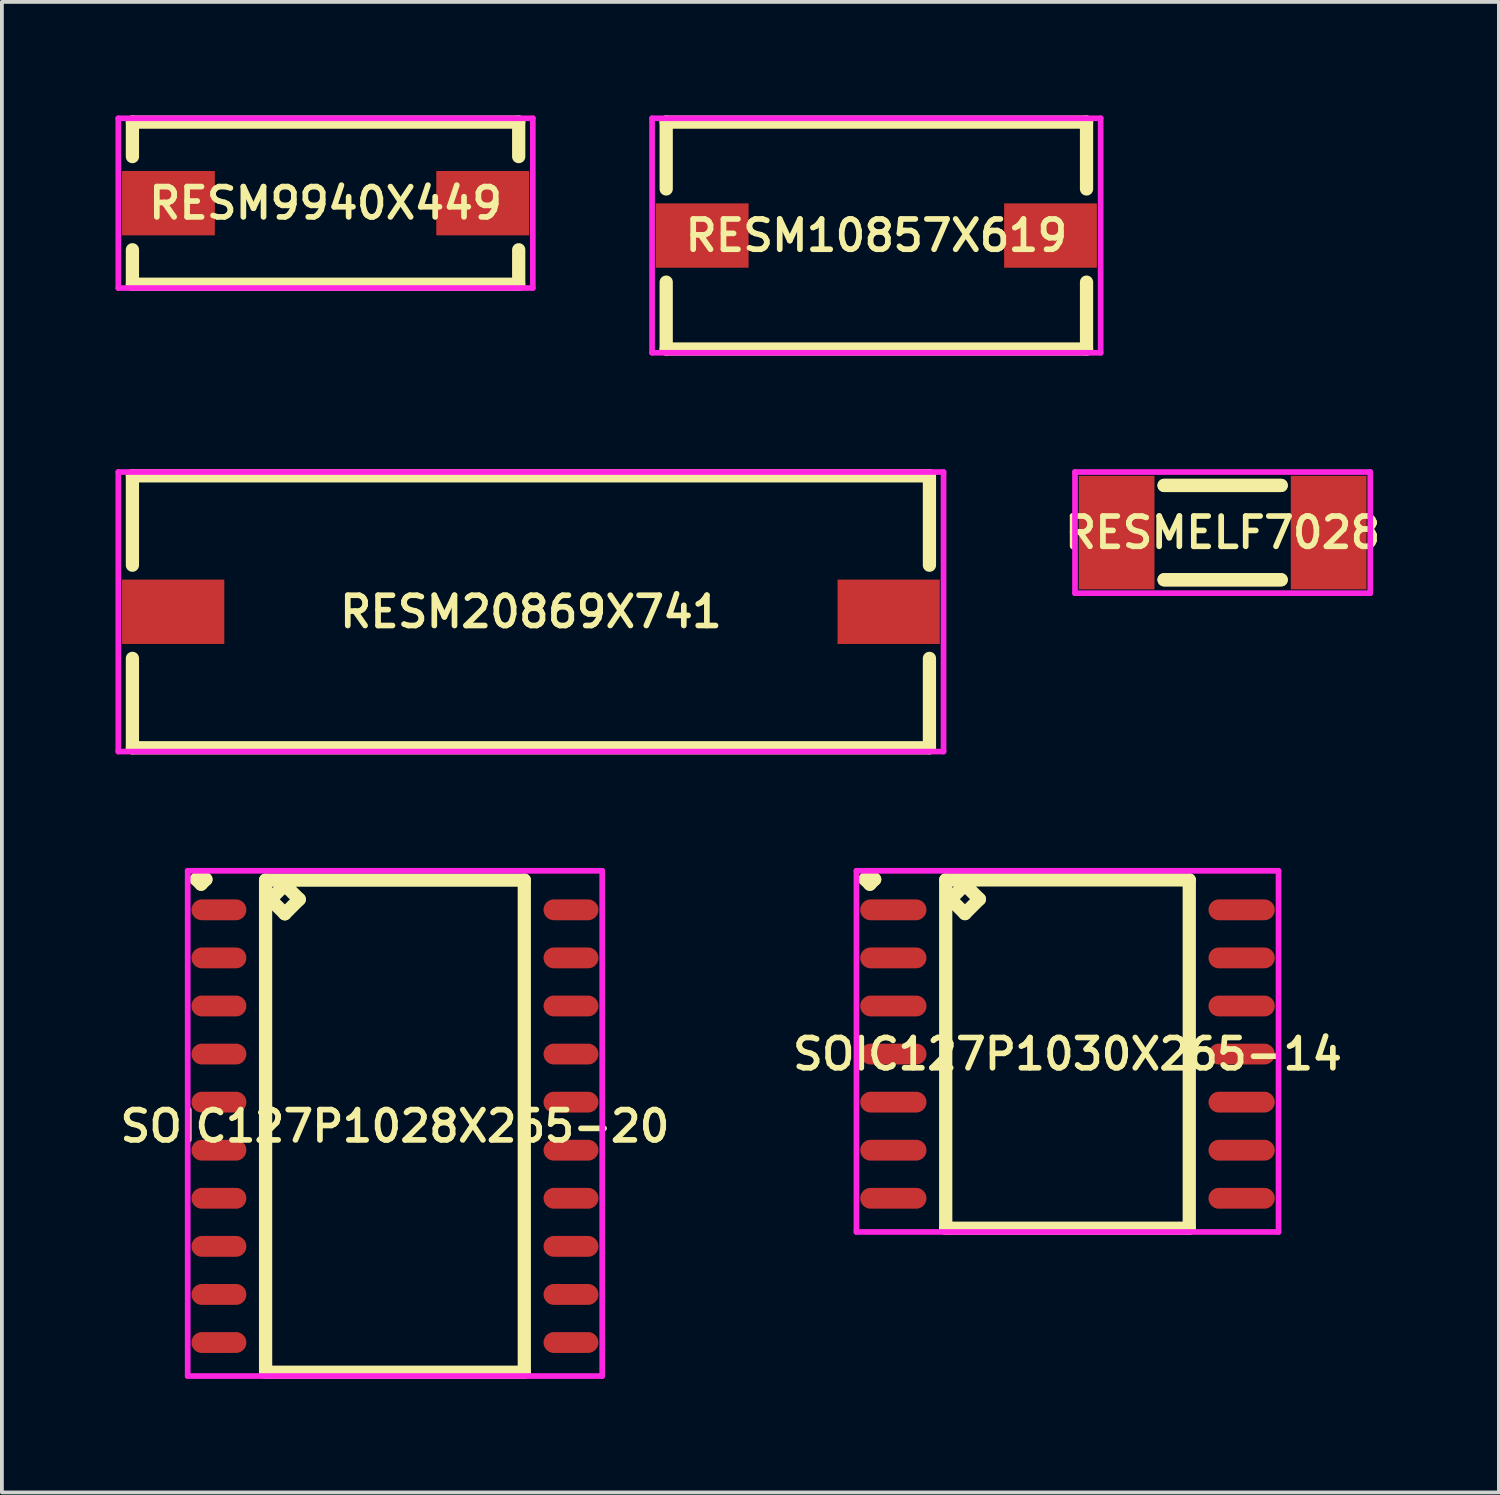
<source format=kicad_pcb>
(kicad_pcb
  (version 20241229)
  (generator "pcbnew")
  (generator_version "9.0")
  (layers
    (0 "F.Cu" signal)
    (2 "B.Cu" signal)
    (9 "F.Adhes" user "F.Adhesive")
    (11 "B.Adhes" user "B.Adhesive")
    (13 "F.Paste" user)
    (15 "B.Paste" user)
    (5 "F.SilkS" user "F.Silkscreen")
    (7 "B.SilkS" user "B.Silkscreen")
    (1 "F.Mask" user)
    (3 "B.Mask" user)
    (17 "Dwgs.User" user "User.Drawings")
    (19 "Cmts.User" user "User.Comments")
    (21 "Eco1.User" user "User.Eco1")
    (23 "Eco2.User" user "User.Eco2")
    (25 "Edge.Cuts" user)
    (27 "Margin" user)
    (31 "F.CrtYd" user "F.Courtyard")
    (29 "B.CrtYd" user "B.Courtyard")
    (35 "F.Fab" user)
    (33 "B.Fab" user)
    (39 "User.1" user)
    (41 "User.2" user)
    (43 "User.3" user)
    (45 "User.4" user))
  (footprint "RESMELF7028"
    (layer "F.Cu")
    (at 29.247 11.019)
    (property "Reference" "RESMELF7028" (at 0 0 0) (layer "F.SilkS") (effects (font (size 0.8 0.8) (thickness 0.15))))
    (attr smd)
    (fp_line (start -1.546 -1.246) (end 1.546 -1.246) (stroke (width 0.35) (type solid)) (layer "F.SilkS"))
    (fp_line (start -1.546 1.246) (end 1.546 1.246) (stroke (width 0.35) (type solid)) (layer "F.SilkS"))
    (fp_line (start 1.546 -1.246) (end -1.546 -1.246) (stroke (width 0.35) (type solid)) (layer "F.SilkS"))
    (fp_line (start 1.546 1.246) (end -1.546 1.246) (stroke (width 0.35) (type solid)) (layer "F.SilkS"))
    (fp_line (start -3.9 -1.6) (end 3.9 -1.6) (stroke (width 0.15) (type solid)) (layer "F.CrtYd"))
    (fp_line (start -3.9 1.6) (end -3.9 -1.6) (stroke (width 0.15) (type solid)) (layer "F.CrtYd"))
    (fp_line (start 3.9 -1.6) (end 3.9 1.6) (stroke (width 0.15) (type solid)) (layer "F.CrtYd"))
    (fp_line (start 3.9 1.6) (end -3.9 1.6) (stroke (width 0.15) (type solid)) (layer "F.CrtYd"))
    (pad "1" smd rect (at -2.8 0) (size 2 3) (layers "F.Cu" "F.Mask" "F.Paste"))
    (pad "2" smd rect (at 2.8 0) (size 2 3) (layers "F.Cu" "F.Mask" "F.Paste")))
  (footprint "RESM20869X741"
    (layer "F.Cu")
    (at 10.975 13.111)
    (property "Reference" "RESM20869X741" (at 0 0 0) (layer "F.SilkS") (effects (font (size 0.8 0.8) (thickness 0.15))))
    (attr smd)
    (fp_line (start -10.527 -3.592) (end 10.527 -3.592) (stroke (width 0.35) (type solid)) (layer "F.SilkS"))
    (fp_line (start -10.527 -1.231) (end -10.527 -3.592) (stroke (width 0.35) (type solid)) (layer "F.SilkS"))
    (fp_line (start -10.527 1.231) (end -10.527 3.592) (stroke (width 0.35) (type solid)) (layer "F.SilkS"))
    (fp_line (start -10.527 3.592) (end 10.527 3.592) (stroke (width 0.35) (type solid)) (layer "F.SilkS"))
    (fp_line (start 10.527 -3.592) (end 10.527 -1.231) (stroke (width 0.35) (type solid)) (layer "F.SilkS"))
    (fp_line (start 10.527 3.592) (end 10.527 1.231) (stroke (width 0.35) (type solid)) (layer "F.SilkS"))
    (fp_line (start -10.9 -3.692) (end 10.9 -3.692) (stroke (width 0.15) (type solid)) (layer "F.CrtYd"))
    (fp_line (start -10.9 3.692) (end -10.9 -3.692) (stroke (width 0.15) (type solid)) (layer "F.CrtYd"))
    (fp_line (start 10.9 -3.692) (end 10.9 3.692) (stroke (width 0.15) (type solid)) (layer "F.CrtYd"))
    (fp_line (start 10.9 3.692) (end -10.9 3.692) (stroke (width 0.15) (type solid)) (layer "F.CrtYd"))
    (pad "1" smd rect (at -9.45 0) (size 2.7 1.7) (layers "F.Cu" "F.Mask" "F.Paste"))
    (pad "2" smd rect (at 9.45 0) (size 2.7 1.7) (layers "F.Cu" "F.Mask" "F.Paste")))
  (footprint "SOIC127P1028X265-20"
    (layer "F.Cu")
    (at 7.383 26.699)
    (property "Reference" "SOIC127P1028X265-20" (at 0 0 0) (layer "F.SilkS") (effects (font (size 0.8 0.8) (thickness 0.15))))
    (attr smd)
    (fp_line (start -5.248 -6.519) (end -5.121 -6.646) (stroke (width 0.35) (type solid)) (layer "F.SilkS"))
    (fp_line (start -5.121 -6.646) (end -4.994 -6.519) (stroke (width 0.35) (type solid)) (layer "F.SilkS"))
    (fp_line (start -5.121 -6.392) (end -5.248 -6.519) (stroke (width 0.35) (type solid)) (layer "F.SilkS"))
    (fp_line (start -4.994 -6.519) (end -5.121 -6.392) (stroke (width 0.35) (type solid)) (layer "F.SilkS"))
    (fp_line (start -3.417 -6.5) (end -3.417 6.5) (stroke (width 0.35) (type solid)) (layer "F.SilkS"))
    (fp_line (start -3.417 6.5) (end 3.417 6.5) (stroke (width 0.35) (type solid)) (layer "F.SilkS"))
    (fp_line (start -3.29 -5.992) (end -2.909 -6.373) (stroke (width 0.35) (type solid)) (layer "F.SilkS"))
    (fp_line (start -2.909 -6.373) (end -2.528 -5.992) (stroke (width 0.35) (type solid)) (layer "F.SilkS"))
    (fp_line (start -2.909 -5.611) (end -3.29 -5.992) (stroke (width 0.35) (type solid)) (layer "F.SilkS"))
    (fp_line (start -2.528 -5.992) (end -2.909 -5.611) (stroke (width 0.35) (type solid)) (layer "F.SilkS"))
    (fp_line (start 3.417 -6.5) (end -3.417 -6.5) (stroke (width 0.35) (type solid)) (layer "F.SilkS"))
    (fp_line (start 3.417 6.5) (end 3.417 -6.5) (stroke (width 0.35) (type solid)) (layer "F.SilkS"))
    (fp_line (start -5.475 -6.746) (end 5.475 -6.746) (stroke (width 0.15) (type solid)) (layer "F.CrtYd"))
    (fp_line (start -5.475 6.6) (end -5.475 -6.746) (stroke (width 0.15) (type solid)) (layer "F.CrtYd"))
    (fp_line (start 5.475 -6.746) (end 5.475 6.6) (stroke (width 0.15) (type solid)) (layer "F.CrtYd"))
    (fp_line (start 5.475 6.6) (end -5.475 6.6) (stroke (width 0.15) (type solid)) (layer "F.CrtYd"))
    (pad "1" smd oval (at -4.65 -5.715) (size 1.45 0.55) (layers "F.Cu" "F.Mask" "F.Paste"))
    (pad "2" smd oval (at -4.65 -4.445) (size 1.45 0.55) (layers "F.Cu" "F.Mask" "F.Paste"))
    (pad "3" smd oval (at -4.65 -3.175) (size 1.45 0.55) (layers "F.Cu" "F.Mask" "F.Paste"))
    (pad "4" smd oval (at -4.65 -1.905) (size 1.45 0.55) (layers "F.Cu" "F.Mask" "F.Paste"))
    (pad "5" smd oval (at -4.65 -0.635) (size 1.45 0.55) (layers "F.Cu" "F.Mask" "F.Paste"))
    (pad "6" smd oval (at -4.65 0.635) (size 1.45 0.55) (layers "F.Cu" "F.Mask" "F.Paste"))
    (pad "7" smd oval (at -4.65 1.905) (size 1.45 0.55) (layers "F.Cu" "F.Mask" "F.Paste"))
    (pad "8" smd oval (at -4.65 3.175) (size 1.45 0.55) (layers "F.Cu" "F.Mask" "F.Paste"))
    (pad "9" smd oval (at -4.65 4.445) (size 1.45 0.55) (layers "F.Cu" "F.Mask" "F.Paste"))
    (pad "10" smd oval (at -4.65 5.715) (size 1.45 0.55) (layers "F.Cu" "F.Mask" "F.Paste"))
    (pad "11" smd oval (at 4.65 5.715) (size 1.45 0.55) (layers "F.Cu" "F.Mask" "F.Paste"))
    (pad "12" smd oval (at 4.65 4.445) (size 1.45 0.55) (layers "F.Cu" "F.Mask" "F.Paste"))
    (pad "13" smd oval (at 4.65 3.175) (size 1.45 0.55) (layers "F.Cu" "F.Mask" "F.Paste"))
    (pad "14" smd oval (at 4.65 1.905) (size 1.45 0.55) (layers "F.Cu" "F.Mask" "F.Paste"))
    (pad "15" smd oval (at 4.65 0.635) (size 1.45 0.55) (layers "F.Cu" "F.Mask" "F.Paste"))
    (pad "16" smd oval (at 4.65 -0.635) (size 1.45 0.55) (layers "F.Cu" "F.Mask" "F.Paste"))
    (pad "17" smd oval (at 4.65 -1.905) (size 1.45 0.55) (layers "F.Cu" "F.Mask" "F.Paste"))
    (pad "18" smd oval (at 4.65 -3.175) (size 1.45 0.55) (layers "F.Cu" "F.Mask" "F.Paste"))
    (pad "19" smd oval (at 4.65 -4.445) (size 1.45 0.55) (layers "F.Cu" "F.Mask" "F.Paste"))
    (pad "20" smd oval (at 4.65 -5.715) (size 1.45 0.55) (layers "F.Cu" "F.Mask" "F.Paste")))
  (footprint "RESM9940X449"
    (layer "F.Cu")
    (at 5.55 2.317)
    (property "Reference" "RESM9940X449" (at 0 0 0) (layer "F.SilkS") (effects (font (size 0.8 0.8) (thickness 0.15))))
    (attr smd)
    (fp_line (start -5.102 -2.142) (end 5.102 -2.142) (stroke (width 0.35) (type solid)) (layer "F.SilkS"))
    (fp_line (start -5.102 -1.231) (end -5.102 -2.142) (stroke (width 0.35) (type solid)) (layer "F.SilkS"))
    (fp_line (start -5.102 1.231) (end -5.102 2.142) (stroke (width 0.35) (type solid)) (layer "F.SilkS"))
    (fp_line (start -5.102 2.142) (end 5.102 2.142) (stroke (width 0.35) (type solid)) (layer "F.SilkS"))
    (fp_line (start 5.102 -2.142) (end 5.102 -1.231) (stroke (width 0.35) (type solid)) (layer "F.SilkS"))
    (fp_line (start 5.102 2.142) (end 5.102 1.231) (stroke (width 0.35) (type solid)) (layer "F.SilkS"))
    (fp_line (start -5.475 -2.242) (end 5.475 -2.242) (stroke (width 0.15) (type solid)) (layer "F.CrtYd"))
    (fp_line (start -5.475 2.242) (end -5.475 -2.242) (stroke (width 0.15) (type solid)) (layer "F.CrtYd"))
    (fp_line (start 5.475 -2.242) (end 5.475 2.242) (stroke (width 0.15) (type solid)) (layer "F.CrtYd"))
    (fp_line (start 5.475 2.242) (end -5.475 2.242) (stroke (width 0.15) (type solid)) (layer "F.CrtYd"))
    (pad "1" smd rect (at -4.15 0) (size 2.45 1.7) (layers "F.Cu" "F.Mask" "F.Paste"))
    (pad "2" smd rect (at 4.15 0) (size 2.45 1.7) (layers "F.Cu" "F.Mask" "F.Paste")))
  (footprint "SOIC127P1030X265-14"
    (layer "F.Cu")
    (at 25.149 24.794)
    (property "Reference" "SOIC127P1030X265-14" (at 0 0 0) (layer "F.SilkS") (effects (font (size 0.8 0.8) (thickness 0.15))))
    (attr smd)
    (fp_line (start -5.348 -4.614) (end -5.221 -4.741) (stroke (width 0.35) (type solid)) (layer "F.SilkS"))
    (fp_line (start -5.221 -4.741) (end -5.094 -4.614) (stroke (width 0.35) (type solid)) (layer "F.SilkS"))
    (fp_line (start -5.221 -4.487) (end -5.348 -4.614) (stroke (width 0.35) (type solid)) (layer "F.SilkS"))
    (fp_line (start -5.094 -4.614) (end -5.221 -4.487) (stroke (width 0.35) (type solid)) (layer "F.SilkS"))
    (fp_line (start -3.217 -4.6) (end -3.217 4.6) (stroke (width 0.35) (type solid)) (layer "F.SilkS"))
    (fp_line (start -3.217 4.6) (end 3.217 4.6) (stroke (width 0.35) (type solid)) (layer "F.SilkS"))
    (fp_line (start -3.09 -4.092) (end -2.709 -4.473) (stroke (width 0.35) (type solid)) (layer "F.SilkS"))
    (fp_line (start -2.709 -4.473) (end -2.328 -4.092) (stroke (width 0.35) (type solid)) (layer "F.SilkS"))
    (fp_line (start -2.709 -3.711) (end -3.09 -4.092) (stroke (width 0.35) (type solid)) (layer "F.SilkS"))
    (fp_line (start -2.328 -4.092) (end -2.709 -3.711) (stroke (width 0.35) (type solid)) (layer "F.SilkS"))
    (fp_line (start 3.217 -4.6) (end -3.217 -4.6) (stroke (width 0.35) (type solid)) (layer "F.SilkS"))
    (fp_line (start 3.217 4.6) (end 3.217 -4.6) (stroke (width 0.35) (type solid)) (layer "F.SilkS"))
    (fp_line (start -5.575 -4.841) (end 5.575 -4.841) (stroke (width 0.15) (type solid)) (layer "F.CrtYd"))
    (fp_line (start -5.575 4.7) (end -5.575 -4.841) (stroke (width 0.15) (type solid)) (layer "F.CrtYd"))
    (fp_line (start 5.575 -4.841) (end 5.575 4.7) (stroke (width 0.15) (type solid)) (layer "F.CrtYd"))
    (fp_line (start 5.575 4.7) (end -5.575 4.7) (stroke (width 0.15) (type solid)) (layer "F.CrtYd"))
    (pad "1" smd oval (at -4.6 -3.81) (size 1.75 0.55) (layers "F.Cu" "F.Mask" "F.Paste"))
    (pad "2" smd oval (at -4.6 -2.54) (size 1.75 0.55) (layers "F.Cu" "F.Mask" "F.Paste"))
    (pad "3" smd oval (at -4.6 -1.27) (size 1.75 0.55) (layers "F.Cu" "F.Mask" "F.Paste"))
    (pad "4" smd oval (at -4.6 0) (size 1.75 0.55) (layers "F.Cu" "F.Mask" "F.Paste"))
    (pad "5" smd oval (at -4.6 1.27) (size 1.75 0.55) (layers "F.Cu" "F.Mask" "F.Paste"))
    (pad "6" smd oval (at -4.6 2.54) (size 1.75 0.55) (layers "F.Cu" "F.Mask" "F.Paste"))
    (pad "7" smd oval (at -4.6 3.81) (size 1.75 0.55) (layers "F.Cu" "F.Mask" "F.Paste"))
    (pad "8" smd oval (at 4.6 3.81) (size 1.75 0.55) (layers "F.Cu" "F.Mask" "F.Paste"))
    (pad "9" smd oval (at 4.6 2.54) (size 1.75 0.55) (layers "F.Cu" "F.Mask" "F.Paste"))
    (pad "10" smd oval (at 4.6 1.27) (size 1.75 0.55) (layers "F.Cu" "F.Mask" "F.Paste"))
    (pad "11" smd oval (at 4.6 0) (size 1.75 0.55) (layers "F.Cu" "F.Mask" "F.Paste"))
    (pad "12" smd oval (at 4.6 -1.27) (size 1.75 0.55) (layers "F.Cu" "F.Mask" "F.Paste"))
    (pad "13" smd oval (at 4.6 -2.54) (size 1.75 0.55) (layers "F.Cu" "F.Mask" "F.Paste"))
    (pad "14" smd oval (at 4.6 -3.81) (size 1.75 0.55) (layers "F.Cu" "F.Mask" "F.Paste")))
  (footprint "RESM10857X619"
    (layer "F.Cu")
    (at 20.1 3.172)
    (property "Reference" "RESM10857X619" (at 0 0 0) (layer "F.SilkS") (effects (font (size 0.8 0.8) (thickness 0.15))))
    (attr smd)
    (fp_line (start -5.552 -2.997) (end 5.552 -2.997) (stroke (width 0.35) (type solid)) (layer "F.SilkS"))
    (fp_line (start -5.552 -1.231) (end -5.552 -2.997) (stroke (width 0.35) (type solid)) (layer "F.SilkS"))
    (fp_line (start -5.552 1.231) (end -5.552 2.997) (stroke (width 0.35) (type solid)) (layer "F.SilkS"))
    (fp_line (start -5.552 2.997) (end 5.552 2.997) (stroke (width 0.35) (type solid)) (layer "F.SilkS"))
    (fp_line (start 5.552 -2.997) (end 5.552 -1.231) (stroke (width 0.35) (type solid)) (layer "F.SilkS"))
    (fp_line (start 5.552 2.997) (end 5.552 1.231) (stroke (width 0.35) (type solid)) (layer "F.SilkS"))
    (fp_line (start -5.925 -3.097) (end 5.925 -3.097) (stroke (width 0.15) (type solid)) (layer "F.CrtYd"))
    (fp_line (start -5.925 3.097) (end -5.925 -3.097) (stroke (width 0.15) (type solid)) (layer "F.CrtYd"))
    (fp_line (start 5.925 -3.097) (end 5.925 3.097) (stroke (width 0.15) (type solid)) (layer "F.CrtYd"))
    (fp_line (start 5.925 3.097) (end -5.925 3.097) (stroke (width 0.15) (type solid)) (layer "F.CrtYd"))
    (pad "1" smd rect (at -4.6 0) (size 2.45 1.7) (layers "F.Cu" "F.Mask" "F.Paste"))
    (pad "2" smd rect (at 4.6 0) (size 2.45 1.7) (layers "F.Cu" "F.Mask" "F.Paste")))
  (gr_rect
    (start -3 -3)
    (end 36.545 36.374)
    (stroke (width 0.1) (type default))
    (fill no)
    (layer "Edge.Cuts")))
</source>
